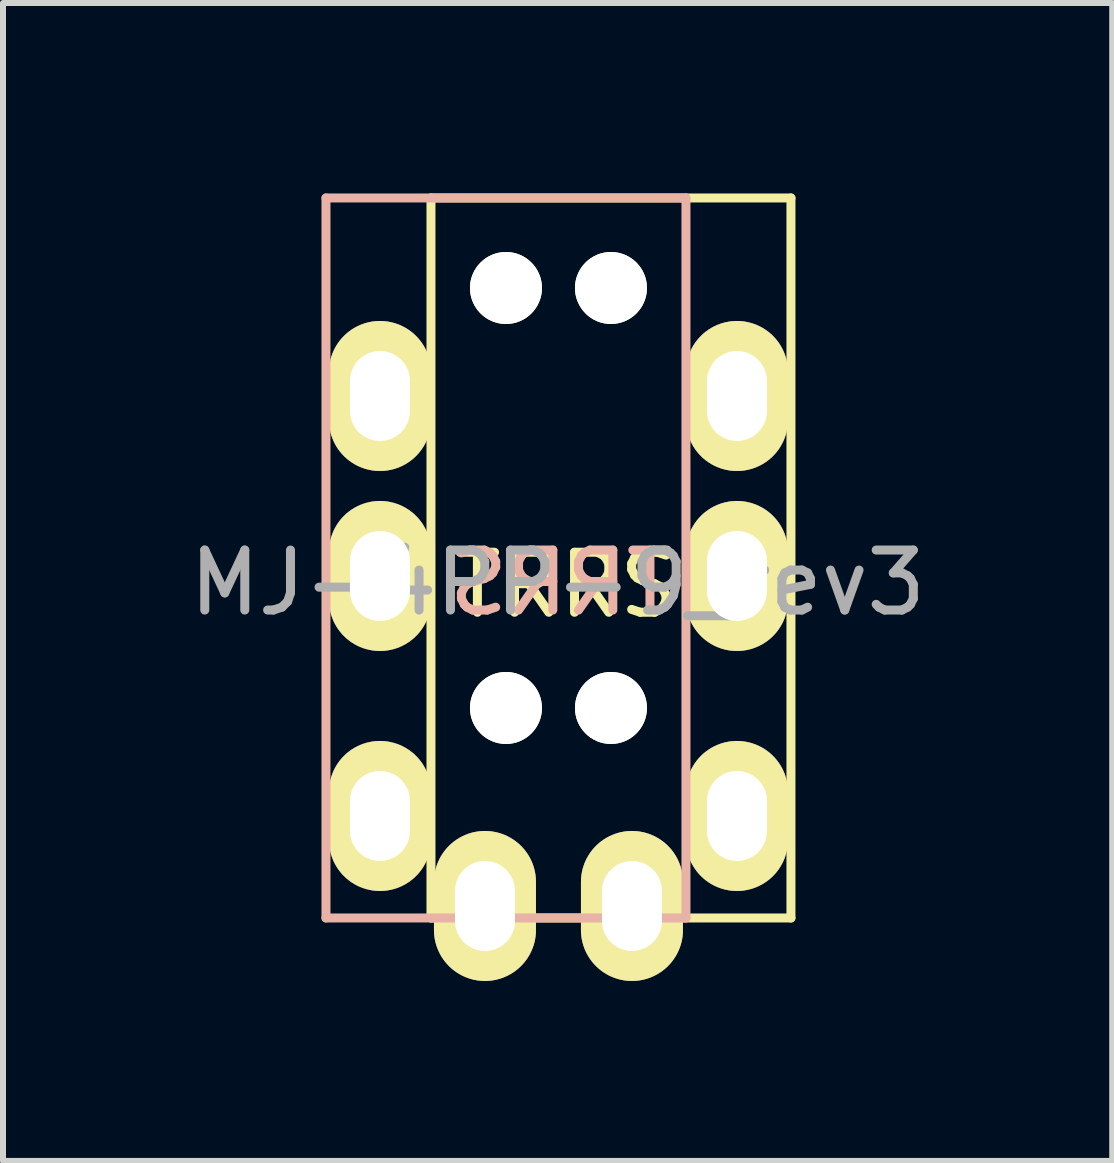
<source format=kicad_pcb>
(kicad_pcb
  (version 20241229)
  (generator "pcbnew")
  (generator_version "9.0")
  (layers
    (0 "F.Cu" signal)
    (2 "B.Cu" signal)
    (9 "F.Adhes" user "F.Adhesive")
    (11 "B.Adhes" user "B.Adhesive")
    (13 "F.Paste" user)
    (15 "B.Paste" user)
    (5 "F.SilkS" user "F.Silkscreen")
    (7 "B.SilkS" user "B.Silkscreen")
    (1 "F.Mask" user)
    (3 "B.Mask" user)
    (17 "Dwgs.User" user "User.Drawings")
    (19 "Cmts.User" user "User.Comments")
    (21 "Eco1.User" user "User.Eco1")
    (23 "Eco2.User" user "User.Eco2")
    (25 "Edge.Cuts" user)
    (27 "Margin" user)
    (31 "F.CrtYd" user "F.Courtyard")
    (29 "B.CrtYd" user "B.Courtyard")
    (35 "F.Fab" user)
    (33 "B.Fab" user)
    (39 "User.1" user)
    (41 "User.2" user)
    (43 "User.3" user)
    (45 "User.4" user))
  (footprint "MJ-4PP-9_rev3"
    (layer "F.Cu")
    (at 7.133 0.25)
    (property "Reference" "MJ-4PP-9_rev3" (at -0.889 6.413 0) (layer "F.Fab") (effects (font (size 1 1) (thickness 0.15))))
    (attr through_hole)
    (fp_line (start -3 0) (end 3 0) (stroke (width 0.15) (type solid)) (layer "F.SilkS"))
    (fp_line (start -3 12) (end -3 0) (stroke (width 0.15) (type solid)) (layer "F.SilkS"))
    (fp_line (start 3 0) (end 3 12) (stroke (width 0.15) (type solid)) (layer "F.SilkS"))
    (fp_line (start 3 12) (end -3 12) (stroke (width 0.15) (type solid)) (layer "F.SilkS"))
    (fp_line (start -4.75 0) (end 1.25 0) (stroke (width 0.15) (type solid)) (layer "B.SilkS"))
    (fp_line (start -4.75 12) (end -4.75 0) (stroke (width 0.15) (type solid)) (layer "B.SilkS"))
    (fp_line (start 1.25 0) (end 1.25 12) (stroke (width 0.15) (type solid)) (layer "B.SilkS"))
    (fp_line (start 1.25 12) (end -4.75 12) (stroke (width 0.15) (type solid)) (layer "B.SilkS"))
    (fp_text user "TRRS" (at -0.75 6.45 0) (layer "F.SilkS") (effects (font (size 1 1) (thickness 0.15))))
    (fp_text user "TRRS" (at -0.826 6.413 0) (layer "B.SilkS") (effects (font (size 1 1) (thickness 0.15)) (justify mirror)))
    (pad "" np_thru_hole circle (at -1.75 1.5) (size 1.2 1.2) (drill 1.2) (layers "*.Cu" "*.Mask" "F.SilkS"))
    (pad "" np_thru_hole circle (at -1.75 8.5) (size 1.2 1.2) (drill 1.2) (layers "*.Cu" "*.Mask" "F.SilkS"))
    (pad "" np_thru_hole circle (at 0 1.5) (size 1.2 1.2) (drill 1.2) (layers "*.Cu" "*.Mask" "F.SilkS"))
    (pad "" np_thru_hole circle (at 0 8.5) (size 1.2 1.2) (drill 1.2) (layers "*.Cu" "*.Mask" "F.SilkS"))
    (pad "A" thru_hole oval (at -2.1 11.8) (size 1.7 2.5) (drill oval 1 1.5) (layers "*.Cu" "*.Mask" "F.SilkS"))
    (pad "A" thru_hole oval (at 0.35 11.8) (size 1.7 2.5) (drill oval 1 1.5) (layers "*.Cu" "*.Mask" "F.SilkS"))
    (pad "B" thru_hole oval (at -3.85 3.3) (size 1.7 2.5) (drill oval 1 1.5) (layers "*.Cu" "*.Mask" "F.SilkS"))
    (pad "B" thru_hole oval (at 2.1 3.3) (size 1.7 2.5) (drill oval 1 1.5) (layers "*.Cu" "*.Mask" "F.SilkS"))
    (pad "C" thru_hole oval (at -3.85 6.3) (size 1.7 2.5) (drill oval 1 1.5) (layers "*.Cu" "*.Mask" "F.SilkS"))
    (pad "C" thru_hole oval (at 2.1 6.3) (size 1.7 2.5) (drill oval 1 1.5) (layers "*.Cu" "*.Mask" "F.SilkS"))
    (pad "D" thru_hole oval (at -3.85 10.3) (size 1.7 2.5) (drill oval 1 1.5) (layers "*.Cu" "*.Mask" "F.SilkS"))
    (pad "D" thru_hole oval (at 2.1 10.3) (size 1.7 2.5) (drill oval 1 1.5) (layers "*.Cu" "*.Mask" "F.SilkS")))
  (gr_rect
    (start -3 -3)
    (end 15.488 16.3)
    (stroke (width 0.1) (type default))
    (fill no)
    (layer "Edge.Cuts")))
</source>
